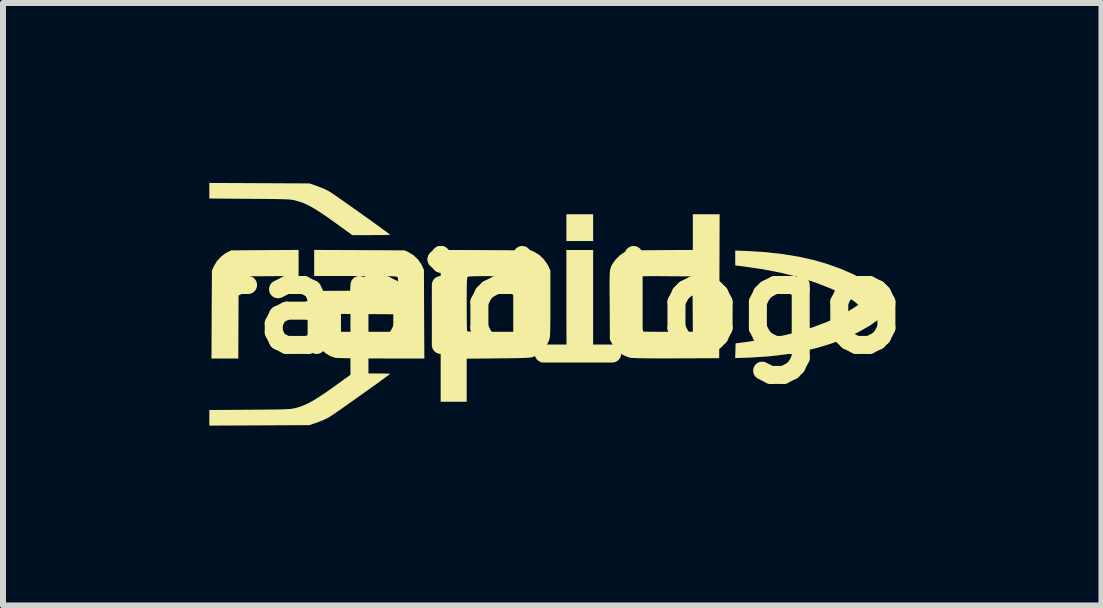
<source format=kicad_pcb>
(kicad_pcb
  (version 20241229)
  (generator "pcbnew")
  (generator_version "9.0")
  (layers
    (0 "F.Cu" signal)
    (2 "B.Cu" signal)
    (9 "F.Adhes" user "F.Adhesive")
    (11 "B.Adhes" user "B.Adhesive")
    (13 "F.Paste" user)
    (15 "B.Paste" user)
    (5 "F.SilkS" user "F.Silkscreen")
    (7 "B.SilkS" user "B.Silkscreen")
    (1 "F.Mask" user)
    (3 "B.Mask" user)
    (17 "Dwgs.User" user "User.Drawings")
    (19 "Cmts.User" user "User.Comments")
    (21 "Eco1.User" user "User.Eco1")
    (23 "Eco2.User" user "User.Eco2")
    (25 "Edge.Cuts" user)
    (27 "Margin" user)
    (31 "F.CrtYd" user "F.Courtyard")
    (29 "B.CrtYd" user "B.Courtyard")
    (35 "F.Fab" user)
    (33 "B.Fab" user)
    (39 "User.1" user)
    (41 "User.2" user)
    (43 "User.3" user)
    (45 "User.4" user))
  (footprint "rapid_logo"
    (layer "F.Cu")
    (at 6.157 2.023)
    (property "Reference" "rapid_logo" (at 0 0 0) (layer "F.SilkS") (effects (font (size 1.5 1.5) (thickness 0.3))))
    (attr board_only exclude_from_pos_files exclude_from_bom)
    (fp_poly (pts (xy 0.682 -1.277) (xy 0.682 -1.054) (xy 0.459 -1.054) (xy 0.236 -1.054) (xy 0.236 -1.277) (xy 0.236 -1.501) (xy 0.459 -1.501) (xy 0.682 -1.501)) (stroke (width 0) (type solid)) (fill yes) (layer "F.SilkS"))
    (fp_poly (pts (xy -4.229 -0.689) (xy -4.229 -0.472) (xy -4.728 -0.468) (xy -5.228 -0.465) (xy -5.231 0.22) (xy -5.234 0.905) (xy -5.458 0.905) (xy -5.681 0.905) (xy -5.678 0.171) (xy -5.674 -0.564) (xy -5.641 -0.635) (xy -5.594 -0.714) (xy -5.531 -0.785) (xy -5.46 -0.843) (xy -5.421 -0.865) (xy -5.352 -0.899) (xy -4.79 -0.903) (xy -4.229 -0.906)) (stroke (width 0) (type solid)) (fill yes) (layer "F.SilkS"))
    (fp_poly (pts (xy 0.682 0) (xy 0.682 0.905) (xy 0.467 0.905) (xy 0.397 0.905) (xy 0.335 0.904) (xy 0.286 0.902) (xy 0.254 0.899) (xy 0.244 0.897) (xy 0.243 0.884) (xy 0.241 0.847) (xy 0.24 0.79) (xy 0.239 0.714) (xy 0.238 0.621) (xy 0.237 0.513) (xy 0.237 0.393) (xy 0.236 0.261) (xy 0.236 0.12) (xy 0.236 -0.008) (xy 0.236 -0.905) (xy 0.459 -0.905) (xy 0.682 -0.905)) (stroke (width 0) (type solid)) (fill yes) (layer "F.SilkS"))
    (fp_poly (pts (xy 3.253 -0.888) (xy 3.558 -0.869) (xy 3.843 -0.837) (xy 4.112 -0.793) (xy 4.366 -0.736) (xy 4.582 -0.673) (xy 4.814 -0.59) (xy 5.029 -0.496) (xy 5.227 -0.39) (xy 5.406 -0.275) (xy 5.563 -0.151) (xy 5.623 -0.096) (xy 5.724 0.001) (xy 5.61 0.111) (xy 5.459 0.241) (xy 5.287 0.361) (xy 5.095 0.469) (xy 4.885 0.567) (xy 4.659 0.653) (xy 4.417 0.727) (xy 4.162 0.787) (xy 3.896 0.835) (xy 3.618 0.868) (xy 3.332 0.887) (xy 3.289 0.889) (xy 3.05 0.897) (xy 3.054 0.775) (xy 3.057 0.652) (xy 3.268 0.624) (xy 3.566 0.578) (xy 3.848 0.522) (xy 4.112 0.455) (xy 4.357 0.379) (xy 4.583 0.293) (xy 4.788 0.198) (xy 4.97 0.095) (xy 4.998 0.078) (xy 5.103 0.01) (xy 5.064 -0.025) (xy 5.021 -0.058) (xy 4.96 -0.097) (xy 4.886 -0.141) (xy 4.803 -0.185) (xy 4.717 -0.228) (xy 4.637 -0.265) (xy 4.386 -0.363) (xy 4.113 -0.45) (xy 3.819 -0.524) (xy 3.504 -0.585) (xy 3.169 -0.634) (xy 3.122 -0.639) (xy 3.051 -0.648) (xy 3.051 -0.772) (xy 3.051 -0.896)) (stroke (width 0) (type solid)) (fill yes) (layer "F.SilkS"))
    (fp_poly (pts (xy -4.883 -2.019) (xy -4.049 -2.015) (xy -3.932 -1.975) (xy -3.869 -1.952) (xy -3.803 -1.924) (xy -3.746 -1.897) (xy -3.73 -1.888) (xy -3.707 -1.874) (xy -3.667 -1.848) (xy -3.614 -1.812) (xy -3.549 -1.767) (xy -3.475 -1.715) (xy -3.394 -1.658) (xy -3.308 -1.597) (xy -3.219 -1.535) (xy -3.131 -1.472) (xy -3.045 -1.411) (xy -2.964 -1.352) (xy -2.89 -1.298) (xy -2.825 -1.251) (xy -2.771 -1.212) (xy -2.732 -1.182) (xy -2.709 -1.164) (xy -2.704 -1.159) (xy -2.716 -1.157) (xy -2.749 -1.156) (xy -2.8 -1.155) (xy -2.867 -1.154) (xy -2.945 -1.154) (xy -3.018 -1.153) (xy -3.333 -1.153) (xy -3.635 -1.371) (xy -3.752 -1.454) (xy -3.853 -1.523) (xy -3.94 -1.579) (xy -4.017 -1.624) (xy -4.087 -1.66) (xy -4.152 -1.689) (xy -4.215 -1.711) (xy -4.266 -1.726) (xy -4.29 -1.732) (xy -4.313 -1.737) (xy -4.338 -1.741) (xy -4.367 -1.745) (xy -4.402 -1.748) (xy -4.446 -1.75) (xy -4.5 -1.752) (xy -4.567 -1.753) (xy -4.65 -1.755) (xy -4.75 -1.756) (xy -4.87 -1.757) (xy -5.012 -1.758) (xy -5.045 -1.758) (xy -5.717 -1.763) (xy -5.717 -1.893) (xy -5.717 -2.023)) (stroke (width 0) (type solid)) (fill yes) (layer "F.SilkS"))
    (fp_poly (pts (xy -2.933 1.154) (xy -2.856 1.154) (xy -2.792 1.155) (xy -2.743 1.156) (xy -2.712 1.158) (xy -2.704 1.159) (xy -2.713 1.168) (xy -2.741 1.19) (xy -2.785 1.222) (xy -2.842 1.264) (xy -2.909 1.313) (xy -2.986 1.368) (xy -3.069 1.427) (xy -3.156 1.489) (xy -3.244 1.552) (xy -3.332 1.614) (xy -3.417 1.674) (xy -3.496 1.73) (xy -3.568 1.78) (xy -3.63 1.823) (xy -3.68 1.856) (xy -3.715 1.879) (xy -3.73 1.888) (xy -3.781 1.914) (xy -3.845 1.942) (xy -3.91 1.967) (xy -3.932 1.975) (xy -4.049 2.015) (xy -4.883 2.019) (xy -5.717 2.023) (xy -5.717 1.893) (xy -5.717 1.763) (xy -5.045 1.758) (xy -4.898 1.757) (xy -4.773 1.756) (xy -4.669 1.755) (xy -4.583 1.754) (xy -4.513 1.752) (xy -4.456 1.75) (xy -4.411 1.748) (xy -4.374 1.745) (xy -4.344 1.742) (xy -4.319 1.738) (xy -4.295 1.733) (xy -4.272 1.727) (xy -4.266 1.726) (xy -4.202 1.707) (xy -4.139 1.683) (xy -4.073 1.653) (xy -4.002 1.615) (xy -3.923 1.568) (xy -3.833 1.509) (xy -3.729 1.438) (xy -3.635 1.371) (xy -3.333 1.153) (xy -3.018 1.153)) (stroke (width 0) (type solid)) (fill yes) (layer "F.SilkS"))
    (fp_poly (pts (xy -3.215 -0.903) (xy -2.462 -0.899) (xy -2.391 -0.866) (xy -2.311 -0.816) (xy -2.239 -0.748) (xy -2.184 -0.67) (xy -2.173 -0.647) (xy -2.139 -0.577) (xy -2.136 0.164) (xy -2.132 0.905) (xy -2.849 0.904) (xy -2.982 0.904) (xy -3.108 0.903) (xy -3.226 0.902) (xy -3.333 0.901) (xy -3.427 0.899) (xy -3.504 0.898) (xy -3.564 0.896) (xy -3.603 0.894) (xy -3.617 0.892) (xy -3.7 0.865) (xy -3.779 0.816) (xy -3.85 0.752) (xy -3.907 0.676) (xy -3.929 0.635) (xy -3.963 0.564) (xy -3.967 0.171) (xy -3.967 0.161) (xy -3.522 0.161) (xy -3.522 0.31) (xy -3.522 0.459) (xy -3.044 0.459) (xy -2.566 0.459) (xy -2.57 0.313) (xy -2.573 0.167) (xy -3.048 0.164) (xy -3.522 0.161) (xy -3.967 0.161) (xy -3.971 -0.223) (xy -3.272 -0.226) (xy -2.573 -0.229) (xy -2.57 -0.333) (xy -2.57 -0.394) (xy -2.574 -0.435) (xy -2.581 -0.454) (xy -2.587 -0.458) (xy -2.601 -0.461) (xy -2.624 -0.464) (xy -2.658 -0.466) (xy -2.705 -0.468) (xy -2.767 -0.469) (xy -2.845 -0.47) (xy -2.942 -0.471) (xy -3.058 -0.471) (xy -3.197 -0.471) (xy -3.282 -0.471) (xy -3.969 -0.471) (xy -3.969 -0.689) (xy -3.969 -0.906)) (stroke (width 0) (type solid)) (fill yes) (layer "F.SilkS"))
    (fp_poly (pts (xy -1.107 -0.903) (xy -0.353 -0.899) (xy -0.284 -0.865) (xy -0.211 -0.818) (xy -0.143 -0.753) (xy -0.087 -0.677) (xy -0.064 -0.635) (xy -0.031 -0.564) (xy -0.031 -0.012) (xy -0.031 0.121) (xy -0.031 0.232) (xy -0.032 0.323) (xy -0.033 0.396) (xy -0.034 0.454) (xy -0.036 0.499) (xy -0.039 0.534) (xy -0.042 0.56) (xy -0.047 0.581) (xy -0.052 0.598) (xy -0.053 0.602) (xy -0.092 0.681) (xy -0.148 0.755) (xy -0.218 0.819) (xy -0.293 0.867) (xy -0.333 0.883) (xy -0.355 0.887) (xy -0.395 0.891) (xy -0.453 0.894) (xy -0.532 0.897) (xy -0.632 0.899) (xy -0.754 0.901) (xy -0.9 0.902) (xy -0.902 0.902) (xy -1.426 0.907) (xy -1.426 1.266) (xy -1.426 1.625) (xy -1.643 1.625) (xy -1.86 1.625) (xy -1.86 0.359) (xy -1.86 -0.001) (xy -1.426 -0.001) (xy -1.426 0.102) (xy -1.425 0.196) (xy -1.424 0.28) (xy -1.423 0.35) (xy -1.422 0.404) (xy -1.42 0.438) (xy -1.418 0.451) (xy -1.404 0.452) (xy -1.368 0.454) (xy -1.313 0.456) (xy -1.241 0.457) (xy -1.156 0.458) (xy -1.06 0.459) (xy -0.955 0.459) (xy -0.94 0.459) (xy -0.471 0.459) (xy -0.474 -0.003) (xy -0.477 -0.465) (xy -0.935 -0.468) (xy -1.067 -0.469) (xy -1.175 -0.469) (xy -1.261 -0.468) (xy -1.326 -0.467) (xy -1.372 -0.464) (xy -1.399 -0.461) (xy -1.409 -0.458) (xy -1.414 -0.45) (xy -1.418 -0.433) (xy -1.421 -0.404) (xy -1.423 -0.363) (xy -1.424 -0.306) (xy -1.425 -0.231) (xy -1.426 -0.135) (xy -1.426 -0.018) (xy -1.426 -0.001) (xy -1.86 -0.001) (xy -1.86 -0.906)) (stroke (width 0) (type solid)) (fill yes) (layer "F.SilkS"))
    (fp_poly (pts (xy 2.787 -0.301) (xy 2.784 0.899) (xy 2.065 0.902) (xy 1.908 0.902) (xy 1.774 0.902) (xy 1.66 0.902) (xy 1.566 0.901) (xy 1.489 0.9) (xy 1.426 0.899) (xy 1.377 0.897) (xy 1.339 0.895) (xy 1.31 0.892) (xy 1.288 0.888) (xy 1.277 0.886) (xy 1.183 0.848) (xy 1.1 0.789) (xy 1.03 0.708) (xy 0.991 0.645) (xy 0.961 0.589) (xy 0.958 0.017) (xy 0.958 -0.001) (xy 1.389 -0.001) (xy 1.389 0.102) (xy 1.39 0.196) (xy 1.391 0.28) (xy 1.392 0.35) (xy 1.394 0.404) (xy 1.396 0.438) (xy 1.397 0.451) (xy 1.411 0.452) (xy 1.447 0.454) (xy 1.502 0.456) (xy 1.574 0.457) (xy 1.659 0.458) (xy 1.756 0.459) (xy 1.86 0.459) (xy 1.875 0.459) (xy 2.344 0.459) (xy 2.341 -0.003) (xy 2.338 -0.465) (xy 1.88 -0.468) (xy 1.749 -0.469) (xy 1.64 -0.469) (xy 1.554 -0.468) (xy 1.489 -0.467) (xy 1.443 -0.464) (xy 1.416 -0.461) (xy 1.406 -0.458) (xy 1.401 -0.45) (xy 1.398 -0.433) (xy 1.395 -0.404) (xy 1.393 -0.363) (xy 1.391 -0.306) (xy 1.39 -0.231) (xy 1.389 -0.135) (xy 1.389 -0.018) (xy 1.389 -0.001) (xy 0.958 -0.001) (xy 0.957 -0.117) (xy 0.956 -0.228) (xy 0.956 -0.32) (xy 0.956 -0.394) (xy 0.957 -0.453) (xy 0.958 -0.498) (xy 0.961 -0.534) (xy 0.963 -0.561) (xy 0.967 -0.582) (xy 0.972 -0.6) (xy 0.978 -0.617) (xy 0.981 -0.628) (xy 1.015 -0.691) (xy 1.065 -0.755) (xy 1.125 -0.814) (xy 1.188 -0.859) (xy 1.212 -0.872) (xy 1.227 -0.878) (xy 1.242 -0.884) (xy 1.26 -0.888) (xy 1.283 -0.892) (xy 1.314 -0.895) (xy 1.355 -0.897) (xy 1.408 -0.899) (xy 1.476 -0.9) (xy 1.562 -0.901) (xy 1.667 -0.902) (xy 1.794 -0.903) (xy 1.808 -0.903) (xy 2.344 -0.906) (xy 2.344 -1.204) (xy 2.344 -1.501) (xy 2.567 -1.501) (xy 2.791 -1.501)) (stroke (width 0) (type solid)) (fill yes) (layer "F.SilkS")))
  (gr_rect
    (start -3 -3)
    (end 15.314 7.045)
    (stroke (width 0.1) (type default))
    (fill no)
    (layer "Edge.Cuts")))
</source>
